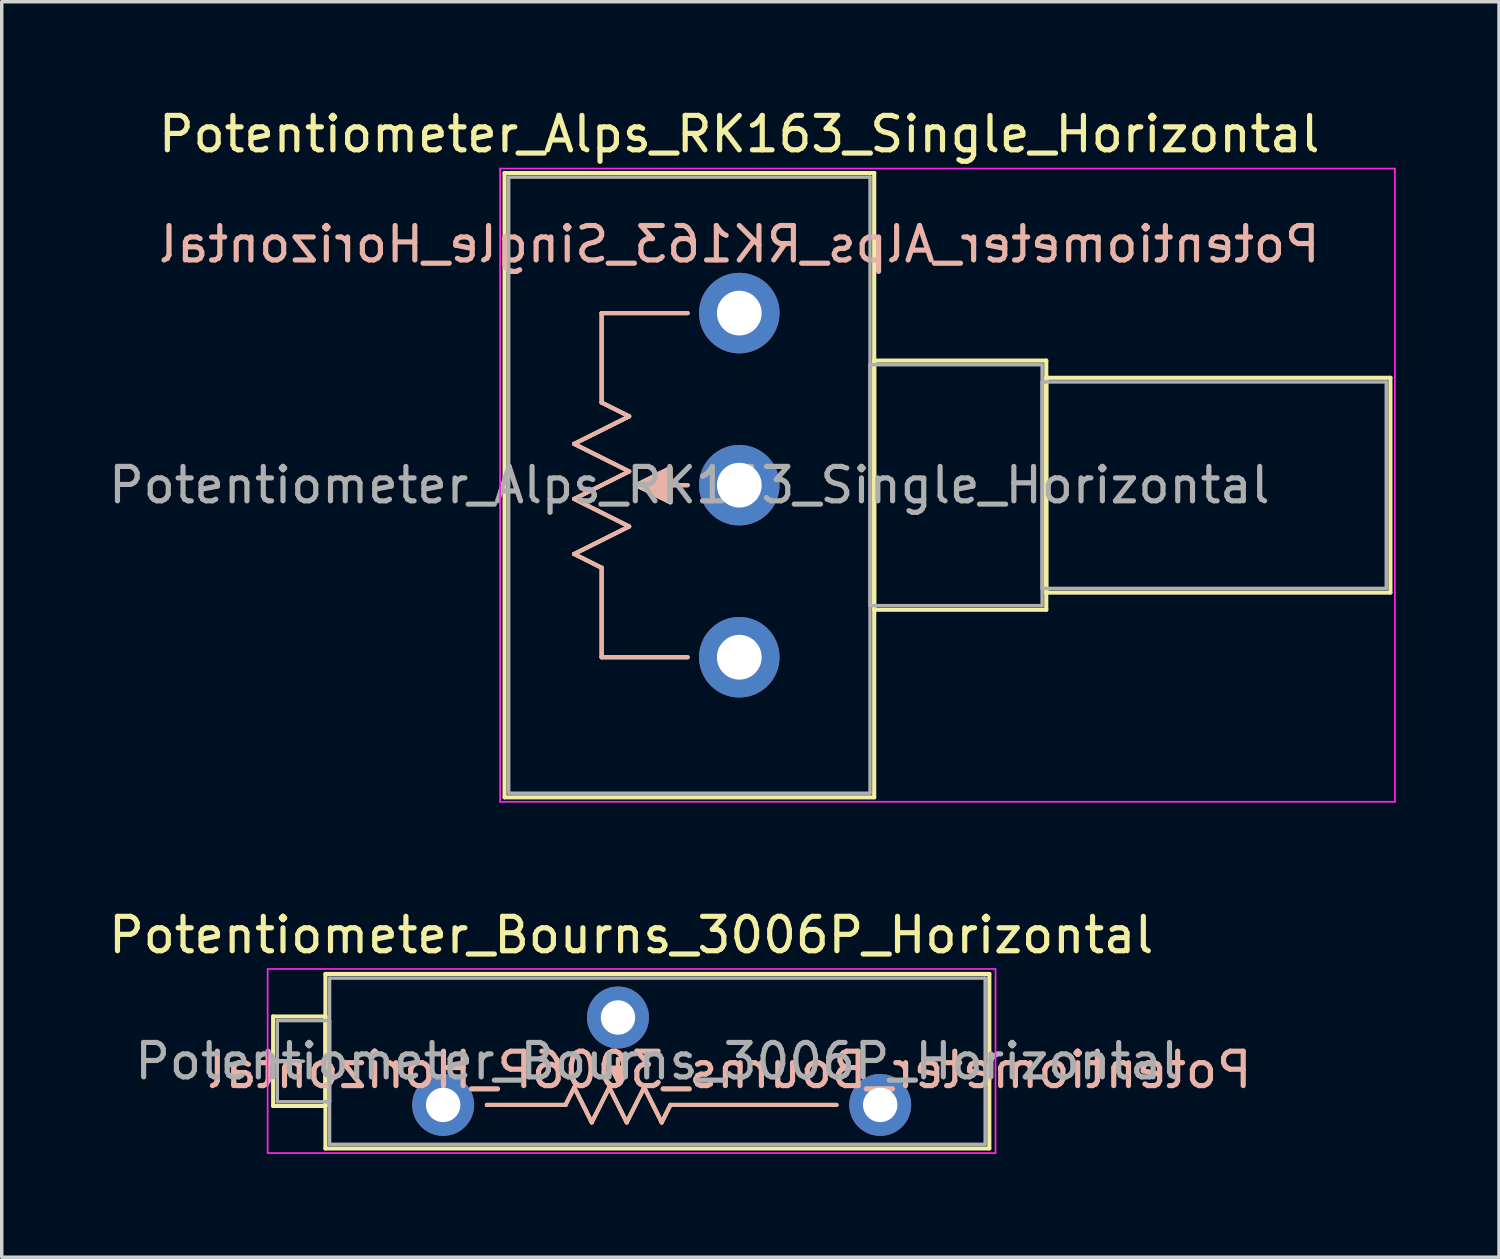
<source format=kicad_pcb>
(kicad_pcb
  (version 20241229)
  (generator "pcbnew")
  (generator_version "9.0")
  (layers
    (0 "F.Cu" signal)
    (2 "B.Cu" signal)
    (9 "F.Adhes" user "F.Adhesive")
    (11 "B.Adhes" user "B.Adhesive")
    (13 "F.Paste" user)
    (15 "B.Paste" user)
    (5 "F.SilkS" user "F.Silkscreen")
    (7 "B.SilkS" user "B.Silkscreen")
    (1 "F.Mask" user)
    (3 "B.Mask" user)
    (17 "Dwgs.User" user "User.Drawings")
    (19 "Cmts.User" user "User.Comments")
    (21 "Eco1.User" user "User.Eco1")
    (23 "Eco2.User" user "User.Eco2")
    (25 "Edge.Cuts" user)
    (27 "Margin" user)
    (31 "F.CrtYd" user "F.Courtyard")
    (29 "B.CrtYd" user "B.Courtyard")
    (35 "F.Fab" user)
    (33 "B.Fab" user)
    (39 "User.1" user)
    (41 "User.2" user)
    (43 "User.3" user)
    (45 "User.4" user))
  (footprint "Potentiometer_Bourns_3006P_Horizontal"
    (layer "F.Cu")
    (at 22.527 29.056)
    (property "Reference" "Potentiometer_Bourns_3006P_Horizontal" (at -7.235 -4.935 0) (layer "F.SilkS") (effects (font (size 1 1) (thickness 0.15))))
    (attr through_hole)
    (fp_line (start -17.64 -2.569) (end -17.64 0.03) (stroke (width 0.12) (type solid)) (layer "F.SilkS"))
    (fp_line (start -17.64 -2.569) (end -16.121 -2.569) (stroke (width 0.12) (type solid)) (layer "F.SilkS"))
    (fp_line (start -17.64 -1.27) (end -16.881 -1.27) (stroke (width 0.12) (type solid)) (layer "F.SilkS"))
    (fp_line (start -17.64 0.03) (end -16.121 0.03) (stroke (width 0.12) (type solid)) (layer "F.SilkS"))
    (fp_line (start -16.121 -2.569) (end -16.121 0.03) (stroke (width 0.12) (type solid)) (layer "F.SilkS"))
    (fp_line (start -16.12 -3.805) (end -16.12 1.265) (stroke (width 0.12) (type solid)) (layer "F.SilkS"))
    (fp_line (start -16.12 -3.805) (end 3.17 -3.805) (stroke (width 0.12) (type solid)) (layer "F.SilkS"))
    (fp_line (start -16.12 1.265) (end 3.17 1.265) (stroke (width 0.12) (type solid)) (layer "F.SilkS"))
    (fp_line (start -9.144 0) (end -11.43 0) (stroke (width 0.12) (type solid)) (layer "F.SilkS"))
    (fp_line (start -9.144 0) (end -8.89 -0.508) (stroke (width 0.12) (type solid)) (layer "F.SilkS"))
    (fp_line (start -8.89 -0.508) (end -8.382 0.508) (stroke (width 0.12) (type solid)) (layer "F.SilkS"))
    (fp_line (start -8.382 0.508) (end -7.874 -0.508) (stroke (width 0.12) (type solid)) (layer "F.SilkS"))
    (fp_line (start -7.874 -0.508) (end -7.366 0.508) (stroke (width 0.12) (type solid)) (layer "F.SilkS"))
    (fp_line (start -7.62 -1.333) (end -7.62 -0.699) (stroke (width 0.12) (type solid)) (layer "F.SilkS"))
    (fp_line (start -7.366 0.508) (end -6.858 -0.508) (stroke (width 0.12) (type solid)) (layer "F.SilkS"))
    (fp_line (start -6.858 -0.508) (end -6.35 0.508) (stroke (width 0.12) (type solid)) (layer "F.SilkS"))
    (fp_line (start -6.35 0.508) (end -6.096 0) (stroke (width 0.12) (type solid)) (layer "F.SilkS"))
    (fp_line (start -6.096 0) (end -1.27 0) (stroke (width 0.12) (type solid)) (layer "F.SilkS"))
    (fp_line (start 3.17 -3.805) (end 3.17 1.265) (stroke (width 0.12) (type solid)) (layer "F.SilkS"))
    (fp_poly (pts (xy -7.62 -0.699) (xy -7.811 -1.079) (xy -7.429 -1.079)) (stroke (width 0.12) (type solid)) (fill yes) (layer "F.SilkS"))
    (fp_line (start -11.43 0) (end -9.144 0) (stroke (width 0.12) (type solid)) (layer "B.SilkS"))
    (fp_line (start -9.144 0) (end -8.89 -0.508) (stroke (width 0.12) (type solid)) (layer "B.SilkS"))
    (fp_line (start -8.89 -0.508) (end -8.382 0.508) (stroke (width 0.12) (type solid)) (layer "B.SilkS"))
    (fp_line (start -8.382 0.508) (end -7.874 -0.508) (stroke (width 0.12) (type solid)) (layer "B.SilkS"))
    (fp_line (start -7.874 -0.508) (end -7.366 0.508) (stroke (width 0.12) (type solid)) (layer "B.SilkS"))
    (fp_line (start -7.62 -1.333) (end -7.62 -0.699) (stroke (width 0.12) (type solid)) (layer "B.SilkS"))
    (fp_line (start -7.366 0.508) (end -6.858 -0.508) (stroke (width 0.12) (type solid)) (layer "B.SilkS"))
    (fp_line (start -6.858 -0.508) (end -6.35 0.508) (stroke (width 0.12) (type solid)) (layer "B.SilkS"))
    (fp_line (start -6.35 0.508) (end -6.096 0) (stroke (width 0.12) (type solid)) (layer "B.SilkS"))
    (fp_line (start -6.096 0) (end -1.27 0) (stroke (width 0.12) (type solid)) (layer "B.SilkS"))
    (fp_poly (pts (xy -7.62 -0.699) (xy -7.811 -1.079) (xy -7.429 -1.079)) (stroke (width 0.12) (type solid)) (fill yes) (layer "B.SilkS"))
    (fp_line (start -17.8 -3.95) (end -17.8 1.4) (stroke (width 0.05) (type solid)) (layer "F.CrtYd"))
    (fp_line (start -17.8 1.4) (end 3.35 1.4) (stroke (width 0.05) (type solid)) (layer "F.CrtYd"))
    (fp_line (start 3.35 -3.95) (end -17.8 -3.95) (stroke (width 0.05) (type solid)) (layer "F.CrtYd"))
    (fp_line (start 3.35 1.4) (end 3.35 -3.95) (stroke (width 0.05) (type solid)) (layer "F.CrtYd"))
    (fp_line (start -17.52 -2.45) (end -17.52 -0.09) (stroke (width 0.1) (type solid)) (layer "F.Fab"))
    (fp_line (start -17.52 -1.27) (end -16.76 -1.27) (stroke (width 0.1) (type solid)) (layer "F.Fab"))
    (fp_line (start -17.52 -0.09) (end -16 -0.09) (stroke (width 0.1) (type solid)) (layer "F.Fab"))
    (fp_line (start -16 -3.685) (end -16 1.145) (stroke (width 0.1) (type solid)) (layer "F.Fab"))
    (fp_line (start -16 -2.45) (end -17.52 -2.45) (stroke (width 0.1) (type solid)) (layer "F.Fab"))
    (fp_line (start -16 -0.09) (end -16 -2.45) (stroke (width 0.1) (type solid)) (layer "F.Fab"))
    (fp_line (start -16 1.145) (end 3.05 1.145) (stroke (width 0.1) (type solid)) (layer "F.Fab"))
    (fp_line (start 3.05 -3.685) (end -16 -3.685) (stroke (width 0.1) (type solid)) (layer "F.Fab"))
    (fp_line (start 3.05 1.145) (end 3.05 -3.685) (stroke (width 0.1) (type solid)) (layer "F.Fab"))
    (fp_text user "${REFERENCE}" (at -4.381 -1.016 0) (unlocked yes) (layer "B.SilkS") (effects (font (size 1 1) (thickness 0.15)) (justify mirror)))
    (fp_text user "${REFERENCE}" (at -6.475 -1.27 0) (layer "F.Fab") (effects (font (size 1 1) (thickness 0.15))))
    (pad "1" thru_hole circle (at 0 0) (size 1.8 1.8) (drill 1) (layers "*.Cu" "*.Mask"))
    (pad "2" thru_hole circle (at -7.62 -2.54) (size 1.8 1.8) (drill 1) (layers "*.Cu" "*.Mask"))
    (pad "3" thru_hole circle (at -12.7 0) (size 1.8 1.8) (drill 1) (layers "*.Cu" "*.Mask")))
  (footprint "Potentiometer_Alps_RK163_Single_Horizontal"
    (layer "F.Cu")
    (at 18.432 16.048)
    (property "Reference" "Potentiometer_Alps_RK163_Single_Horizontal" (at 0 -15.2 0) (layer "F.SilkS") (effects (font (size 1 1) (thickness 0.15))))
    (attr through_hole)
    (fp_line (start -6.82 -14.07) (end -6.82 4.07) (stroke (width 0.12) (type solid)) (layer "F.SilkS"))
    (fp_line (start -6.82 -14.07) (end 3.92 -14.07) (stroke (width 0.12) (type solid)) (layer "F.SilkS"))
    (fp_line (start -6.82 4.07) (end 3.92 4.07) (stroke (width 0.12) (type solid)) (layer "F.SilkS"))
    (fp_line (start -4.8 -6.2) (end -3.2 -5.4) (stroke (width 0.12) (type solid)) (layer "F.SilkS"))
    (fp_line (start -4.8 -4.6) (end -3.2 -3.8) (stroke (width 0.12) (type solid)) (layer "F.SilkS"))
    (fp_line (start -4.8 -3) (end -4 -2.6) (stroke (width 0.12) (type solid)) (layer "F.SilkS"))
    (fp_line (start -4 -10) (end -4 -7.4) (stroke (width 0.12) (type solid)) (layer "F.SilkS"))
    (fp_line (start -4 -7.4) (end -3.2 -7) (stroke (width 0.12) (type solid)) (layer "F.SilkS"))
    (fp_line (start -4 -2.6) (end -4 0) (stroke (width 0.12) (type solid)) (layer "F.SilkS"))
    (fp_line (start -4 0) (end -1.5 0) (stroke (width 0.12) (type solid)) (layer "F.SilkS"))
    (fp_line (start -3.2 -7) (end -4.8 -6.2) (stroke (width 0.12) (type solid)) (layer "F.SilkS"))
    (fp_line (start -3.2 -5.4) (end -4.8 -4.6) (stroke (width 0.12) (type solid)) (layer "F.SilkS"))
    (fp_line (start -3.2 -3.8) (end -4.8 -3) (stroke (width 0.12) (type solid)) (layer "F.SilkS"))
    (fp_line (start -3 -5) (end -1.5 -5) (stroke (width 0.12) (type solid)) (layer "F.SilkS"))
    (fp_line (start -1.5 -10) (end -4 -10) (stroke (width 0.12) (type solid)) (layer "F.SilkS"))
    (fp_line (start 3.92 -14.07) (end 3.92 4.07) (stroke (width 0.12) (type solid)) (layer "F.SilkS"))
    (fp_line (start 3.92 -8.62) (end 3.92 -1.38) (stroke (width 0.12) (type solid)) (layer "F.SilkS"))
    (fp_line (start 3.92 -8.62) (end 8.92 -8.62) (stroke (width 0.12) (type solid)) (layer "F.SilkS"))
    (fp_line (start 3.92 -1.38) (end 8.92 -1.38) (stroke (width 0.12) (type solid)) (layer "F.SilkS"))
    (fp_line (start 8.92 -8.62) (end 8.92 -1.38) (stroke (width 0.12) (type solid)) (layer "F.SilkS"))
    (fp_line (start 8.92 -8.12) (end 8.92 -1.879) (stroke (width 0.12) (type solid)) (layer "F.SilkS"))
    (fp_line (start 8.92 -8.12) (end 18.92 -8.12) (stroke (width 0.12) (type solid)) (layer "F.SilkS"))
    (fp_line (start 8.92 -1.879) (end 18.92 -1.879) (stroke (width 0.12) (type solid)) (layer "F.SilkS"))
    (fp_line (start 18.92 -8.12) (end 18.92 -1.879) (stroke (width 0.12) (type solid)) (layer "F.SilkS"))
    (fp_poly (pts (xy -2 -4.5) (xy -3 -5) (xy -2 -5.5)) (stroke (width 0.12) (type solid)) (fill yes) (layer "F.SilkS"))
    (fp_line (start -4.8 -6.2) (end -3.2 -5.4) (stroke (width 0.12) (type solid)) (layer "B.SilkS"))
    (fp_line (start -4.8 -4.6) (end -3.2 -3.8) (stroke (width 0.12) (type solid)) (layer "B.SilkS"))
    (fp_line (start -4.8 -3) (end -4 -2.6) (stroke (width 0.12) (type solid)) (layer "B.SilkS"))
    (fp_line (start -4 -10) (end -4 -7.4) (stroke (width 0.12) (type solid)) (layer "B.SilkS"))
    (fp_line (start -4 -7.4) (end -3.2 -7) (stroke (width 0.12) (type solid)) (layer "B.SilkS"))
    (fp_line (start -4 -2.6) (end -4 0) (stroke (width 0.12) (type solid)) (layer "B.SilkS"))
    (fp_line (start -4 0) (end -1.5 0) (stroke (width 0.12) (type solid)) (layer "B.SilkS"))
    (fp_line (start -3.2 -7) (end -4.8 -6.2) (stroke (width 0.12) (type solid)) (layer "B.SilkS"))
    (fp_line (start -3.2 -5.4) (end -4.8 -4.6) (stroke (width 0.12) (type solid)) (layer "B.SilkS"))
    (fp_line (start -3.2 -3.8) (end -4.8 -3) (stroke (width 0.12) (type solid)) (layer "B.SilkS"))
    (fp_line (start -1.5 -10) (end -4 -10) (stroke (width 0.12) (type solid)) (layer "B.SilkS"))
    (fp_line (start -1.5 -5) (end -3 -5) (stroke (width 0.12) (type solid)) (layer "B.SilkS"))
    (fp_poly (pts (xy -2 -4.5) (xy -3 -5) (xy -2 -5.5)) (stroke (width 0.12) (type solid)) (fill yes) (layer "B.SilkS"))
    (fp_line (start -6.95 -14.2) (end -6.95 4.2) (stroke (width 0.05) (type solid)) (layer "F.CrtYd"))
    (fp_line (start -6.95 4.2) (end 19.05 4.2) (stroke (width 0.05) (type solid)) (layer "F.CrtYd"))
    (fp_line (start 19.05 -14.2) (end -6.95 -14.2) (stroke (width 0.05) (type solid)) (layer "F.CrtYd"))
    (fp_line (start 19.05 4.2) (end 19.05 -14.2) (stroke (width 0.05) (type solid)) (layer "F.CrtYd"))
    (fp_line (start -6.7 -13.95) (end -6.7 3.95) (stroke (width 0.1) (type solid)) (layer "F.Fab"))
    (fp_line (start -6.7 3.95) (end 3.8 3.95) (stroke (width 0.1) (type solid)) (layer "F.Fab"))
    (fp_line (start 3.8 -13.95) (end -6.7 -13.95) (stroke (width 0.1) (type solid)) (layer "F.Fab"))
    (fp_line (start 3.8 -8.5) (end 3.8 -1.5) (stroke (width 0.1) (type solid)) (layer "F.Fab"))
    (fp_line (start 3.8 -1.5) (end 8.8 -1.5) (stroke (width 0.1) (type solid)) (layer "F.Fab"))
    (fp_line (start 3.8 3.95) (end 3.8 -13.95) (stroke (width 0.1) (type solid)) (layer "F.Fab"))
    (fp_line (start 8.8 -8.5) (end 3.8 -8.5) (stroke (width 0.1) (type solid)) (layer "F.Fab"))
    (fp_line (start 8.8 -8) (end 8.8 -2) (stroke (width 0.1) (type solid)) (layer "F.Fab"))
    (fp_line (start 8.8 -2) (end 18.8 -2) (stroke (width 0.1) (type solid)) (layer "F.Fab"))
    (fp_line (start 8.8 -1.5) (end 8.8 -8.5) (stroke (width 0.1) (type solid)) (layer "F.Fab"))
    (fp_line (start 18.8 -8) (end 8.8 -8) (stroke (width 0.1) (type solid)) (layer "F.Fab"))
    (fp_line (start 18.8 -2) (end 18.8 -8) (stroke (width 0.1) (type solid)) (layer "F.Fab"))
    (fp_text user "${REFERENCE}" (at 0 -12 0) (unlocked yes) (layer "B.SilkS") (effects (font (size 1 1) (thickness 0.15)) (justify mirror)))
    (fp_text user "${REFERENCE}" (at -1.45 -5 0) (layer "F.Fab") (effects (font (size 1 1) (thickness 0.15))))
    (pad "1" thru_hole circle (at 0 0) (size 2.34 2.34) (drill 1.3) (layers "*.Cu" "*.Mask"))
    (pad "2" thru_hole circle (at 0 -5) (size 2.34 2.34) (drill 1.3) (layers "*.Cu" "*.Mask"))
    (pad "3" thru_hole circle (at 0 -10) (size 2.34 2.34) (drill 1.3) (layers "*.Cu" "*.Mask")))
  (gr_rect
    (start -3 -3)
    (end 40.507 33.481)
    (stroke (width 0.1) (type default))
    (fill no)
    (layer "Edge.Cuts")))
</source>
